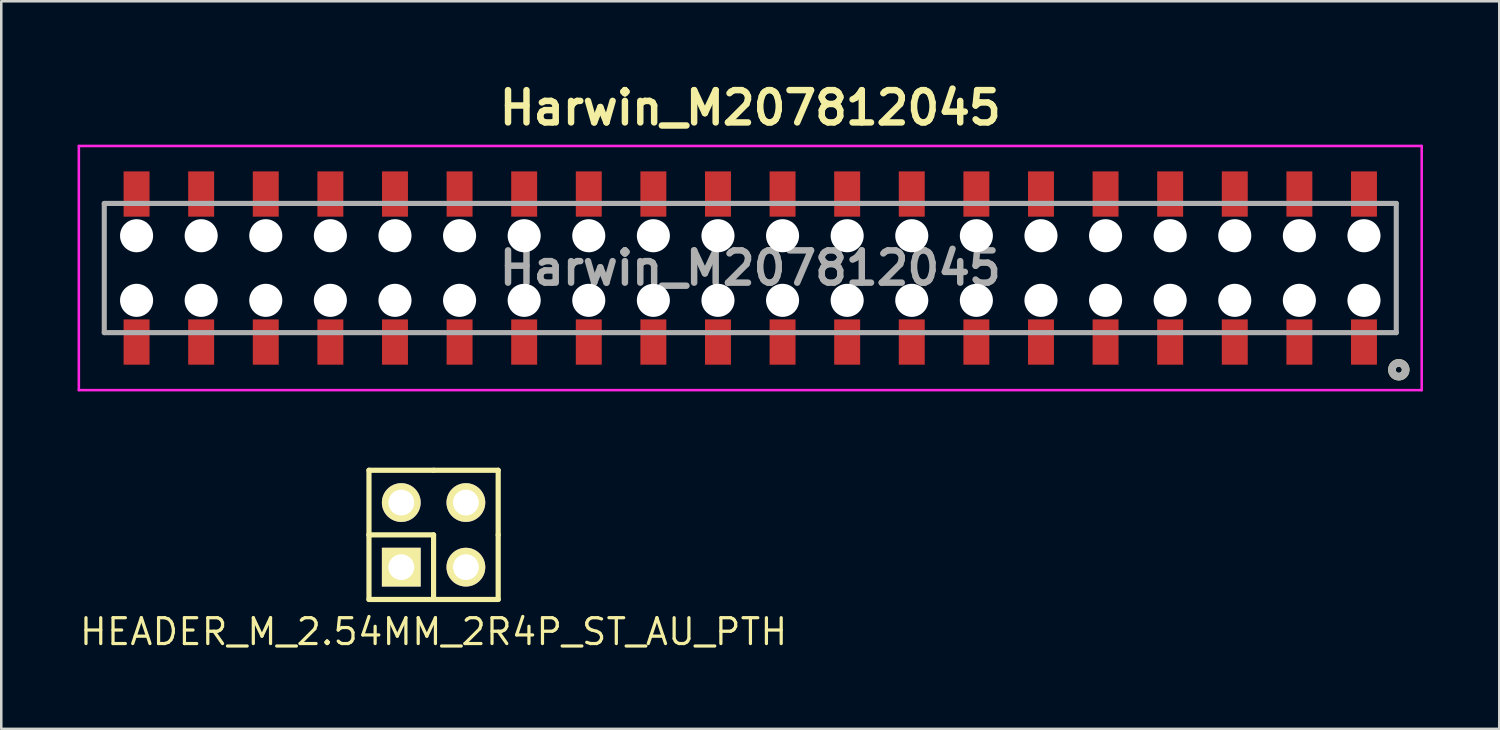
<source format=kicad_pcb>
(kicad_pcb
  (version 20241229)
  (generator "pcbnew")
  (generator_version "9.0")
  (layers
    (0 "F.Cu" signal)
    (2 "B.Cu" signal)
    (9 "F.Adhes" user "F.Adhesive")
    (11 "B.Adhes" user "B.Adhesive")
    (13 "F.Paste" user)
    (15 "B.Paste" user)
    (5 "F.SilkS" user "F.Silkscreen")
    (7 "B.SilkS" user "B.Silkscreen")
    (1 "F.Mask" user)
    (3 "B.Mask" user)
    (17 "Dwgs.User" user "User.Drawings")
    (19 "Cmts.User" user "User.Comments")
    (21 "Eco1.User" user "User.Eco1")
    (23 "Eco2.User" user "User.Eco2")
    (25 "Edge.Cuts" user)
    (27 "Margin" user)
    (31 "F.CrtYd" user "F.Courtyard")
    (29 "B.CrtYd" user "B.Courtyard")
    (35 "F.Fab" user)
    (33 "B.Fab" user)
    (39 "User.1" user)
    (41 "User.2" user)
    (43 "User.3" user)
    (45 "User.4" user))
  (footprint "HEADER_M_2.54MM_2R4P_ST_AU_PTH"
    (layer "F.Cu")
    (at 13.998 17.98)
    (property "Reference" "HEADER_M_2.54MM_2R4P_ST_AU_PTH" (at 0 3.81 0) (layer "F.SilkS") (effects (font (size 1.016 1.016) (thickness 0.127))))
    (attr through_hole)
    (fp_line (start -2.54 -2.54) (end 0 -2.54) (stroke (width 0.203) (type solid)) (layer "F.SilkS"))
    (fp_line (start -2.54 0) (end -2.54 -2.54) (stroke (width 0.203) (type solid)) (layer "F.SilkS"))
    (fp_line (start -2.54 0) (end 0 0) (stroke (width 0.203) (type solid)) (layer "F.SilkS"))
    (fp_line (start -2.54 2.54) (end -2.54 0) (stroke (width 0.203) (type solid)) (layer "F.SilkS"))
    (fp_line (start -2.54 2.54) (end 0 2.54) (stroke (width 0.203) (type solid)) (layer "F.SilkS"))
    (fp_line (start 0 -2.54) (end 2.54 -2.54) (stroke (width 0.203) (type solid)) (layer "F.SilkS"))
    (fp_line (start 0 0) (end 0 2.54) (stroke (width 0.203) (type solid)) (layer "F.SilkS"))
    (fp_line (start 0 2.54) (end 2.54 2.54) (stroke (width 0.203) (type solid)) (layer "F.SilkS"))
    (fp_line (start 2.54 -2.54) (end 2.54 0) (stroke (width 0.203) (type solid)) (layer "F.SilkS"))
    (fp_line (start 2.54 0) (end 2.54 2.54) (stroke (width 0.203) (type solid)) (layer "F.SilkS"))
    (pad "1" thru_hole rect (at -1.27 1.27) (size 1.524 1.524) (drill 1.016) (layers "*.Cu" "*.Mask" "F.SilkS"))
    (pad "2" thru_hole circle (at -1.27 -1.27) (size 1.524 1.524) (drill 1.016) (layers "*.Cu" "*.Mask" "F.SilkS"))
    (pad "3" thru_hole circle (at 1.27 -1.27) (size 1.524 1.524) (drill 1.016) (layers "*.Cu" "*.Mask" "F.SilkS"))
    (pad "4" thru_hole circle (at 1.27 1.27) (size 1.524 1.524) (drill 1.016) (layers "*.Cu" "*.Mask" "F.SilkS")))
  (footprint "Harwin_M207812045"
    (layer "F.Cu")
    (at 26.45 7.489)
    (property "Reference" "Harwin_M207812045" (at 0 -6.3 0) (layer "F.SilkS") (effects (font (size 1.27 1.27) (thickness 0.254))))
    (attr smd)
    (fp_line (start -25.4 -2.54) (end -25.4 2.54) (stroke (width 0.1) (type solid)) (layer "F.SilkS"))
    (fp_line (start 25.4 -2.54) (end 25.4 2.54) (stroke (width 0.1) (type solid)) (layer "F.SilkS"))
    (fp_circle (center 25.5 4) (end 25.62 4) (stroke (width 0.3) (type solid)) (fill no) (layer "F.SilkS"))
    (fp_line (start -26.4 -4.8) (end 26.4 -4.8) (stroke (width 0.1) (type solid)) (layer "F.CrtYd"))
    (fp_line (start -26.4 4.8) (end -26.4 -4.8) (stroke (width 0.1) (type solid)) (layer "F.CrtYd"))
    (fp_line (start 26.4 -4.8) (end 26.4 4.8) (stroke (width 0.1) (type solid)) (layer "F.CrtYd"))
    (fp_line (start 26.4 4.8) (end -26.4 4.8) (stroke (width 0.1) (type solid)) (layer "F.CrtYd"))
    (fp_line (start -25.4 -2.54) (end 25.4 -2.54) (stroke (width 0.2) (type solid)) (layer "F.Fab"))
    (fp_line (start -25.4 2.54) (end -25.4 -2.54) (stroke (width 0.2) (type solid)) (layer "F.Fab"))
    (fp_line (start 25.4 -2.54) (end 25.4 2.54) (stroke (width 0.2) (type solid)) (layer "F.Fab"))
    (fp_line (start 25.4 2.54) (end -25.4 2.54) (stroke (width 0.2) (type solid)) (layer "F.Fab"))
    (fp_circle (center 25.5 4) (end 25.62 4) (stroke (width 0.3) (type solid)) (fill no) (layer "F.Fab"))
    (fp_text user "${REFERENCE}" (at 0 0 0) (layer "F.Fab") (effects (font (size 1.27 1.27) (thickness 0.254))))
    (pad "" np_thru_hole circle (at -24.13 -1.27) (size 1.3 1.3) (drill 1.3) (layers "*.Cu" "*.Mask"))
    (pad "" np_thru_hole circle (at -24.13 1.27) (size 1.3 1.3) (drill 1.3) (layers "*.Cu" "*.Mask"))
    (pad "" np_thru_hole circle (at -22.86 0) (size 0.001 0.001) (drill 1.8) (layers "*.Cu" "*.Mask"))
    (pad "" np_thru_hole circle (at -21.59 -1.27) (size 1.3 1.3) (drill 1.3) (layers "*.Cu" "*.Mask"))
    (pad "" np_thru_hole circle (at -21.59 1.27) (size 1.3 1.3) (drill 1.3) (layers "*.Cu" "*.Mask"))
    (pad "" np_thru_hole circle (at -19.05 -1.27) (size 1.3 1.3) (drill 1.3) (layers "*.Cu" "*.Mask"))
    (pad "" np_thru_hole circle (at -19.05 1.27) (size 1.3 1.3) (drill 1.3) (layers "*.Cu" "*.Mask"))
    (pad "" np_thru_hole circle (at -16.51 -1.27) (size 1.3 1.3) (drill 1.3) (layers "*.Cu" "*.Mask"))
    (pad "" np_thru_hole circle (at -16.51 1.27) (size 1.3 1.3) (drill 1.3) (layers "*.Cu" "*.Mask"))
    (pad "" np_thru_hole circle (at -13.97 -1.27) (size 1.3 1.3) (drill 1.3) (layers "*.Cu" "*.Mask"))
    (pad "" np_thru_hole circle (at -13.97 1.27) (size 1.3 1.3) (drill 1.3) (layers "*.Cu" "*.Mask"))
    (pad "" np_thru_hole circle (at -11.43 -1.27) (size 1.3 1.3) (drill 1.3) (layers "*.Cu" "*.Mask"))
    (pad "" np_thru_hole circle (at -11.43 1.27) (size 1.3 1.3) (drill 1.3) (layers "*.Cu" "*.Mask"))
    (pad "" np_thru_hole circle (at -8.89 -1.27) (size 1.3 1.3) (drill 1.3) (layers "*.Cu" "*.Mask"))
    (pad "" np_thru_hole circle (at -8.89 1.27) (size 1.3 1.3) (drill 1.3) (layers "*.Cu" "*.Mask"))
    (pad "" np_thru_hole circle (at -6.35 -1.27) (size 1.3 1.3) (drill 1.3) (layers "*.Cu" "*.Mask"))
    (pad "" np_thru_hole circle (at -6.35 1.27) (size 1.3 1.3) (drill 1.3) (layers "*.Cu" "*.Mask"))
    (pad "" np_thru_hole circle (at -3.81 -1.27) (size 1.3 1.3) (drill 1.3) (layers "*.Cu" "*.Mask"))
    (pad "" np_thru_hole circle (at -3.81 1.27) (size 1.3 1.3) (drill 1.3) (layers "*.Cu" "*.Mask"))
    (pad "" np_thru_hole circle (at -1.27 -1.27) (size 1.3 1.3) (drill 1.3) (layers "*.Cu" "*.Mask"))
    (pad "" np_thru_hole circle (at -1.27 1.27) (size 1.3 1.3) (drill 1.3) (layers "*.Cu" "*.Mask"))
    (pad "" np_thru_hole circle (at 1.27 -1.27) (size 1.3 1.3) (drill 1.3) (layers "*.Cu" "*.Mask"))
    (pad "" np_thru_hole circle (at 1.27 1.27) (size 1.3 1.3) (drill 1.3) (layers "*.Cu" "*.Mask"))
    (pad "" np_thru_hole circle (at 3.81 -1.27) (size 1.3 1.3) (drill 1.3) (layers "*.Cu" "*.Mask"))
    (pad "" np_thru_hole circle (at 3.81 1.27) (size 1.3 1.3) (drill 1.3) (layers "*.Cu" "*.Mask"))
    (pad "" np_thru_hole circle (at 6.35 -1.27) (size 1.3 1.3) (drill 1.3) (layers "*.Cu" "*.Mask"))
    (pad "" np_thru_hole circle (at 6.35 1.27) (size 1.3 1.3) (drill 1.3) (layers "*.Cu" "*.Mask"))
    (pad "" np_thru_hole circle (at 8.89 -1.27) (size 1.3 1.3) (drill 1.3) (layers "*.Cu" "*.Mask"))
    (pad "" np_thru_hole circle (at 8.89 1.27) (size 1.3 1.3) (drill 1.3) (layers "*.Cu" "*.Mask"))
    (pad "" np_thru_hole circle (at 11.43 -1.27) (size 1.3 1.3) (drill 1.3) (layers "*.Cu" "*.Mask"))
    (pad "" np_thru_hole circle (at 11.43 1.27) (size 1.3 1.3) (drill 1.3) (layers "*.Cu" "*.Mask"))
    (pad "" np_thru_hole circle (at 13.97 -1.27) (size 1.3 1.3) (drill 1.3) (layers "*.Cu" "*.Mask"))
    (pad "" np_thru_hole circle (at 13.97 1.27) (size 1.3 1.3) (drill 1.3) (layers "*.Cu" "*.Mask"))
    (pad "" np_thru_hole circle (at 16.51 -1.27) (size 1.3 1.3) (drill 1.3) (layers "*.Cu" "*.Mask"))
    (pad "" np_thru_hole circle (at 16.51 1.27) (size 1.3 1.3) (drill 1.3) (layers "*.Cu" "*.Mask"))
    (pad "" np_thru_hole circle (at 19.05 -1.27) (size 1.3 1.3) (drill 1.3) (layers "*.Cu" "*.Mask"))
    (pad "" np_thru_hole circle (at 19.05 1.27) (size 1.3 1.3) (drill 1.3) (layers "*.Cu" "*.Mask"))
    (pad "" np_thru_hole circle (at 21.59 -1.27) (size 1.3 1.3) (drill 1.3) (layers "*.Cu" "*.Mask"))
    (pad "" np_thru_hole circle (at 21.59 1.27) (size 1.3 1.3) (drill 1.3) (layers "*.Cu" "*.Mask"))
    (pad "" np_thru_hole circle (at 22.86 0) (size 0.001 0.001) (drill 1.8) (layers "*.Cu" "*.Mask"))
    (pad "" np_thru_hole circle (at 24.13 -1.27) (size 1.3 1.3) (drill 1.3) (layers "*.Cu" "*.Mask"))
    (pad "" np_thru_hole circle (at 24.13 1.27) (size 1.3 1.3) (drill 1.3) (layers "*.Cu" "*.Mask"))
    (pad "1" smd rect (at 24.13 2.91) (size 1.02 1.78) (layers "F.Cu" "F.Mask" "F.Paste"))
    (pad "2" smd rect (at 24.13 -2.91) (size 1.02 1.78) (layers "F.Cu" "F.Mask" "F.Paste"))
    (pad "3" smd rect (at 21.59 2.91) (size 1.02 1.78) (layers "F.Cu" "F.Mask" "F.Paste"))
    (pad "4" smd rect (at 21.59 -2.91) (size 1.02 1.78) (layers "F.Cu" "F.Mask" "F.Paste"))
    (pad "5" smd rect (at 19.05 2.91) (size 1.02 1.78) (layers "F.Cu" "F.Mask" "F.Paste"))
    (pad "6" smd rect (at 19.05 -2.91) (size 1.02 1.78) (layers "F.Cu" "F.Mask" "F.Paste"))
    (pad "7" smd rect (at 16.51 2.91) (size 1.02 1.78) (layers "F.Cu" "F.Mask" "F.Paste"))
    (pad "8" smd rect (at 16.51 -2.91) (size 1.02 1.78) (layers "F.Cu" "F.Mask" "F.Paste"))
    (pad "9" smd rect (at 13.97 2.91) (size 1.02 1.78) (layers "F.Cu" "F.Mask" "F.Paste"))
    (pad "10" smd rect (at 13.97 -2.91) (size 1.02 1.78) (layers "F.Cu" "F.Mask" "F.Paste"))
    (pad "11" smd rect (at 11.43 2.91) (size 1.02 1.78) (layers "F.Cu" "F.Mask" "F.Paste"))
    (pad "12" smd rect (at 11.43 -2.91) (size 1.02 1.78) (layers "F.Cu" "F.Mask" "F.Paste"))
    (pad "13" smd rect (at 8.89 2.91) (size 1.02 1.78) (layers "F.Cu" "F.Mask" "F.Paste"))
    (pad "14" smd rect (at 8.89 -2.91) (size 1.02 1.78) (layers "F.Cu" "F.Mask" "F.Paste"))
    (pad "15" smd rect (at 6.35 2.91) (size 1.02 1.78) (layers "F.Cu" "F.Mask" "F.Paste"))
    (pad "16" smd rect (at 6.35 -2.91) (size 1.02 1.78) (layers "F.Cu" "F.Mask" "F.Paste"))
    (pad "17" smd rect (at 3.81 2.91) (size 1.02 1.78) (layers "F.Cu" "F.Mask" "F.Paste"))
    (pad "18" smd rect (at 3.81 -2.91) (size 1.02 1.78) (layers "F.Cu" "F.Mask" "F.Paste"))
    (pad "19" smd rect (at 1.27 2.91) (size 1.02 1.78) (layers "F.Cu" "F.Mask" "F.Paste"))
    (pad "20" smd rect (at 1.27 -2.91) (size 1.02 1.78) (layers "F.Cu" "F.Mask" "F.Paste"))
    (pad "21" smd rect (at -1.27 2.91) (size 1.02 1.78) (layers "F.Cu" "F.Mask" "F.Paste"))
    (pad "22" smd rect (at -1.27 -2.91) (size 1.02 1.78) (layers "F.Cu" "F.Mask" "F.Paste"))
    (pad "23" smd rect (at -3.81 2.91) (size 1.02 1.78) (layers "F.Cu" "F.Mask" "F.Paste"))
    (pad "24" smd rect (at -3.81 -2.91) (size 1.02 1.78) (layers "F.Cu" "F.Mask" "F.Paste"))
    (pad "25" smd rect (at -6.35 2.91) (size 1.02 1.78) (layers "F.Cu" "F.Mask" "F.Paste"))
    (pad "26" smd rect (at -6.35 -2.91) (size 1.02 1.78) (layers "F.Cu" "F.Mask" "F.Paste"))
    (pad "27" smd rect (at -8.89 2.91) (size 1.02 1.78) (layers "F.Cu" "F.Mask" "F.Paste"))
    (pad "28" smd rect (at -8.89 -2.91) (size 1.02 1.78) (layers "F.Cu" "F.Mask" "F.Paste"))
    (pad "29" smd rect (at -11.43 2.91) (size 1.02 1.78) (layers "F.Cu" "F.Mask" "F.Paste"))
    (pad "30" smd rect (at -11.43 -2.91) (size 1.02 1.78) (layers "F.Cu" "F.Mask" "F.Paste"))
    (pad "31" smd rect (at -13.97 2.91) (size 1.02 1.78) (layers "F.Cu" "F.Mask" "F.Paste"))
    (pad "32" smd rect (at -13.97 -2.91) (size 1.02 1.78) (layers "F.Cu" "F.Mask" "F.Paste"))
    (pad "33" smd rect (at -16.51 2.91) (size 1.02 1.78) (layers "F.Cu" "F.Mask" "F.Paste"))
    (pad "34" smd rect (at -16.51 -2.91) (size 1.02 1.78) (layers "F.Cu" "F.Mask" "F.Paste"))
    (pad "35" smd rect (at -19.05 2.91) (size 1.02 1.78) (layers "F.Cu" "F.Mask" "F.Paste"))
    (pad "36" smd rect (at -19.05 -2.91) (size 1.02 1.78) (layers "F.Cu" "F.Mask" "F.Paste"))
    (pad "37" smd rect (at -21.59 2.91) (size 1.02 1.78) (layers "F.Cu" "F.Mask" "F.Paste"))
    (pad "38" smd rect (at -21.59 -2.91) (size 1.02 1.78) (layers "F.Cu" "F.Mask" "F.Paste"))
    (pad "39" smd rect (at -24.13 2.91) (size 1.02 1.78) (layers "F.Cu" "F.Mask" "F.Paste"))
    (pad "40" smd rect (at -24.13 -2.91) (size 1.02 1.78) (layers "F.Cu" "F.Mask" "F.Paste")))
  (gr_rect
    (start -3 -3)
    (end 55.9 25.608)
    (stroke (width 0.1) (type default))
    (fill no)
    (layer "Edge.Cuts")))
</source>
